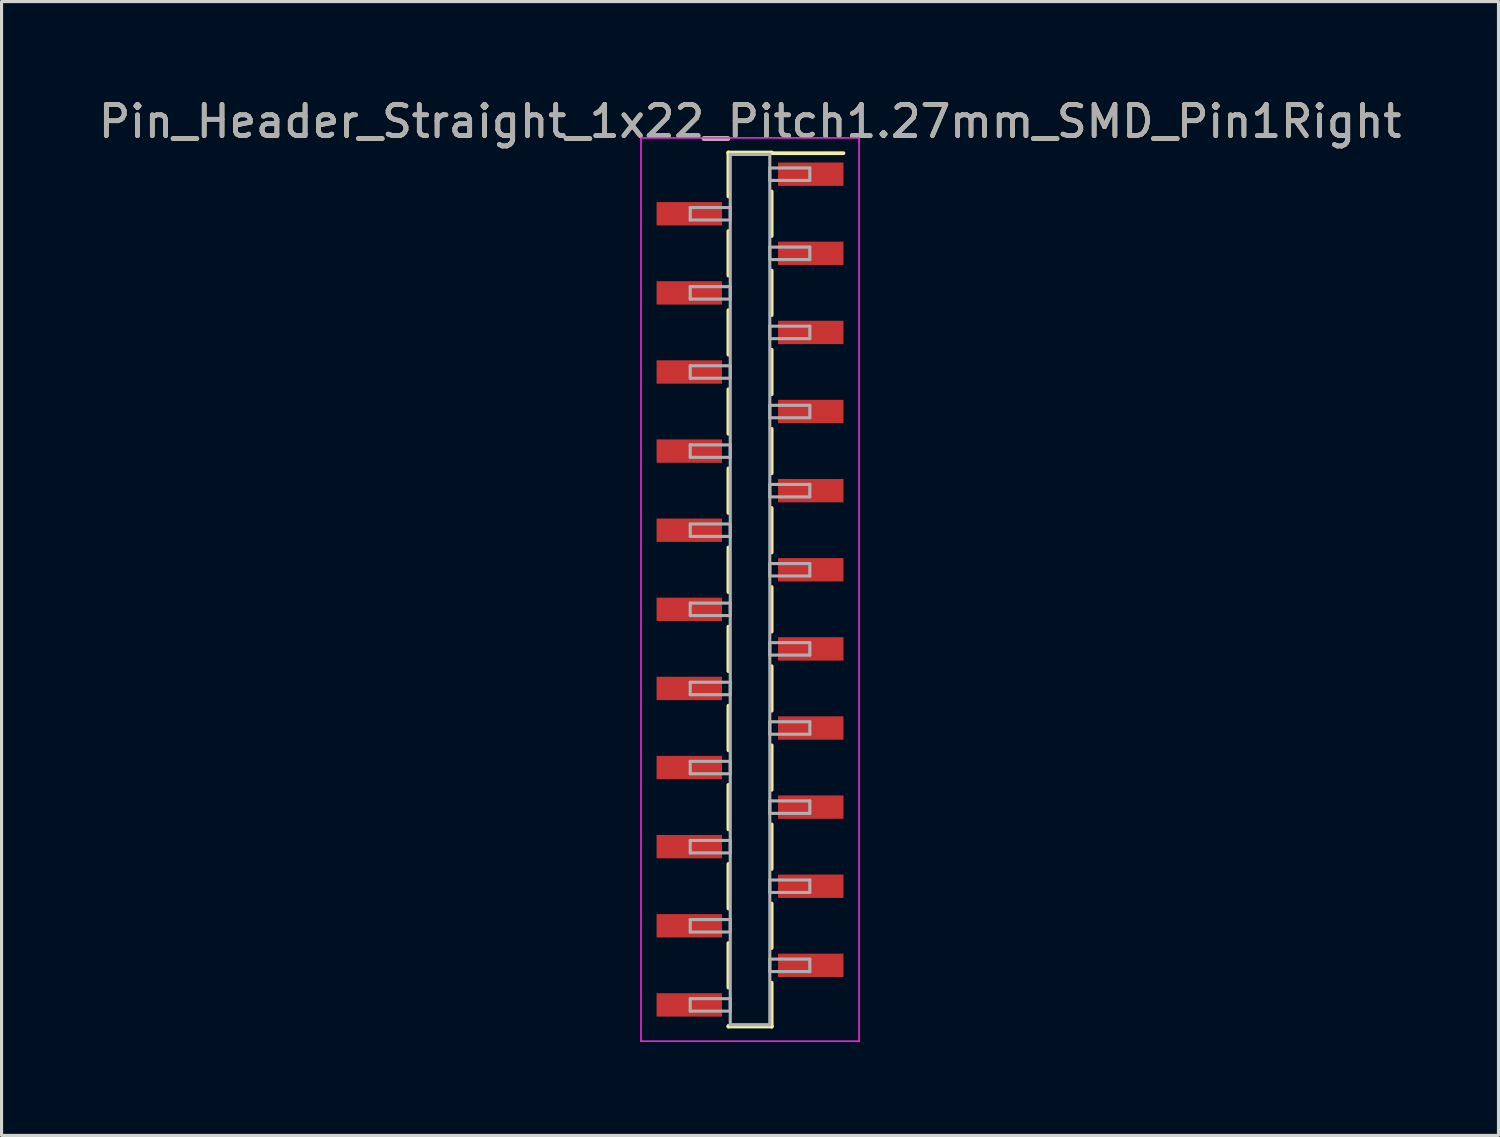
<source format=kicad_pcb>
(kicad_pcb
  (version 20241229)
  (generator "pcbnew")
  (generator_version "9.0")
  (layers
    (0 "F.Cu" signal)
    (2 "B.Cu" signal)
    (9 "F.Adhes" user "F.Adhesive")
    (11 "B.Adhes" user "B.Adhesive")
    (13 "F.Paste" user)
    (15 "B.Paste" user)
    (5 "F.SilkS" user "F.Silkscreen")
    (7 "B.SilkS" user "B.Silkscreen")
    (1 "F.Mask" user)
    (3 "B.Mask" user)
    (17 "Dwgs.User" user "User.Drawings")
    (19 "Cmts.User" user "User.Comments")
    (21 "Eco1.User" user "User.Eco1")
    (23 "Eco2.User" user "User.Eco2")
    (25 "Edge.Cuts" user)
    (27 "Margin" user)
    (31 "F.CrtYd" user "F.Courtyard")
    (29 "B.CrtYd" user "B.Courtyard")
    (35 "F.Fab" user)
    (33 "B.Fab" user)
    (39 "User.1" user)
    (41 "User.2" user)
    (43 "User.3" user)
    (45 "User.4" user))
  (footprint "Pin_Header_Straight_1x22_Pitch1.27mm_SMD_Pin1Right"
    (layer "F.Cu")
    (at 21.03 15.878)
    (property "Reference" "Pin_Header_Straight_1x22_Pitch1.27mm_SMD_Pin1Right" (at 0 -15.03 0) (layer "F.SilkS") (effects (font (size 1 1) (thickness 0.15))))
    (attr smd)
    (fp_line (start -0.695 -14.03) (end -0.695 -12.62) (stroke (width 0.12) (type solid)) (layer "F.SilkS"))
    (fp_line (start -0.695 -14.03) (end 0.695 -14.03) (stroke (width 0.12) (type solid)) (layer "F.SilkS"))
    (fp_line (start -0.695 -14.01) (end -0.695 -14.03) (stroke (width 0.12) (type solid)) (layer "F.SilkS"))
    (fp_line (start -0.695 -11.51) (end -0.695 -10.08) (stroke (width 0.12) (type solid)) (layer "F.SilkS"))
    (fp_line (start -0.695 -8.97) (end -0.695 -7.54) (stroke (width 0.12) (type solid)) (layer "F.SilkS"))
    (fp_line (start -0.695 -6.43) (end -0.695 -5) (stroke (width 0.12) (type solid)) (layer "F.SilkS"))
    (fp_line (start -0.695 -3.89) (end -0.695 -2.46) (stroke (width 0.12) (type solid)) (layer "F.SilkS"))
    (fp_line (start -0.695 -1.35) (end -0.695 0.08) (stroke (width 0.12) (type solid)) (layer "F.SilkS"))
    (fp_line (start -0.695 1.19) (end -0.695 2.62) (stroke (width 0.12) (type solid)) (layer "F.SilkS"))
    (fp_line (start -0.695 3.73) (end -0.695 5.16) (stroke (width 0.12) (type solid)) (layer "F.SilkS"))
    (fp_line (start -0.695 6.27) (end -0.695 7.7) (stroke (width 0.12) (type solid)) (layer "F.SilkS"))
    (fp_line (start -0.695 8.81) (end -0.695 10.24) (stroke (width 0.12) (type solid)) (layer "F.SilkS"))
    (fp_line (start -0.695 11.35) (end -0.695 12.78) (stroke (width 0.12) (type solid)) (layer "F.SilkS"))
    (fp_line (start -0.695 14.01) (end -0.695 14.03) (stroke (width 0.12) (type solid)) (layer "F.SilkS"))
    (fp_line (start -0.695 14.03) (end 0.695 14.03) (stroke (width 0.12) (type solid)) (layer "F.SilkS"))
    (fp_line (start 0.695 -14.03) (end 0.695 -14.01) (stroke (width 0.12) (type solid)) (layer "F.SilkS"))
    (fp_line (start 0.695 -14.01) (end 3 -14.01) (stroke (width 0.12) (type solid)) (layer "F.SilkS"))
    (fp_line (start 0.695 -12.78) (end 0.695 -11.35) (stroke (width 0.12) (type solid)) (layer "F.SilkS"))
    (fp_line (start 0.695 -10.24) (end 0.695 -8.81) (stroke (width 0.12) (type solid)) (layer "F.SilkS"))
    (fp_line (start 0.695 -7.7) (end 0.695 -6.27) (stroke (width 0.12) (type solid)) (layer "F.SilkS"))
    (fp_line (start 0.695 -5.16) (end 0.695 -3.73) (stroke (width 0.12) (type solid)) (layer "F.SilkS"))
    (fp_line (start 0.695 -2.62) (end 0.695 -1.19) (stroke (width 0.12) (type solid)) (layer "F.SilkS"))
    (fp_line (start 0.695 -0.08) (end 0.695 1.35) (stroke (width 0.12) (type solid)) (layer "F.SilkS"))
    (fp_line (start 0.695 2.46) (end 0.695 3.89) (stroke (width 0.12) (type solid)) (layer "F.SilkS"))
    (fp_line (start 0.695 5) (end 0.695 6.43) (stroke (width 0.12) (type solid)) (layer "F.SilkS"))
    (fp_line (start 0.695 7.54) (end 0.695 8.97) (stroke (width 0.12) (type solid)) (layer "F.SilkS"))
    (fp_line (start 0.695 10.08) (end 0.695 11.51) (stroke (width 0.12) (type solid)) (layer "F.SilkS"))
    (fp_line (start 0.695 12.62) (end 0.695 14.03) (stroke (width 0.12) (type solid)) (layer "F.SilkS"))
    (fp_line (start 0.695 14.03) (end 0.695 14.01) (stroke (width 0.12) (type solid)) (layer "F.SilkS"))
    (fp_line (start -3.5 -14.5) (end -3.5 14.5) (stroke (width 0.05) (type solid)) (layer "F.CrtYd"))
    (fp_line (start -3.5 14.5) (end 3.5 14.5) (stroke (width 0.05) (type solid)) (layer "F.CrtYd"))
    (fp_line (start 3.5 -14.5) (end -3.5 -14.5) (stroke (width 0.05) (type solid)) (layer "F.CrtYd"))
    (fp_line (start 3.5 14.5) (end 3.5 -14.5) (stroke (width 0.05) (type solid)) (layer "F.CrtYd"))
    (fp_line (start -1.92 -12.265) (end -0.635 -12.265) (stroke (width 0.1) (type solid)) (layer "F.Fab"))
    (fp_line (start -1.92 -11.865) (end -1.92 -12.265) (stroke (width 0.1) (type solid)) (layer "F.Fab"))
    (fp_line (start -1.92 -9.725) (end -0.635 -9.725) (stroke (width 0.1) (type solid)) (layer "F.Fab"))
    (fp_line (start -1.92 -9.325) (end -1.92 -9.725) (stroke (width 0.1) (type solid)) (layer "F.Fab"))
    (fp_line (start -1.92 -7.185) (end -0.635 -7.185) (stroke (width 0.1) (type solid)) (layer "F.Fab"))
    (fp_line (start -1.92 -6.785) (end -1.92 -7.185) (stroke (width 0.1) (type solid)) (layer "F.Fab"))
    (fp_line (start -1.92 -4.645) (end -0.635 -4.645) (stroke (width 0.1) (type solid)) (layer "F.Fab"))
    (fp_line (start -1.92 -4.245) (end -1.92 -4.645) (stroke (width 0.1) (type solid)) (layer "F.Fab"))
    (fp_line (start -1.92 -2.105) (end -0.635 -2.105) (stroke (width 0.1) (type solid)) (layer "F.Fab"))
    (fp_line (start -1.92 -1.705) (end -1.92 -2.105) (stroke (width 0.1) (type solid)) (layer "F.Fab"))
    (fp_line (start -1.92 0.435) (end -0.635 0.435) (stroke (width 0.1) (type solid)) (layer "F.Fab"))
    (fp_line (start -1.92 0.835) (end -1.92 0.435) (stroke (width 0.1) (type solid)) (layer "F.Fab"))
    (fp_line (start -1.92 2.975) (end -0.635 2.975) (stroke (width 0.1) (type solid)) (layer "F.Fab"))
    (fp_line (start -1.92 3.375) (end -1.92 2.975) (stroke (width 0.1) (type solid)) (layer "F.Fab"))
    (fp_line (start -1.92 5.515) (end -0.635 5.515) (stroke (width 0.1) (type solid)) (layer "F.Fab"))
    (fp_line (start -1.92 5.915) (end -1.92 5.515) (stroke (width 0.1) (type solid)) (layer "F.Fab"))
    (fp_line (start -1.92 8.055) (end -0.635 8.055) (stroke (width 0.1) (type solid)) (layer "F.Fab"))
    (fp_line (start -1.92 8.455) (end -1.92 8.055) (stroke (width 0.1) (type solid)) (layer "F.Fab"))
    (fp_line (start -1.92 10.595) (end -0.635 10.595) (stroke (width 0.1) (type solid)) (layer "F.Fab"))
    (fp_line (start -1.92 10.995) (end -1.92 10.595) (stroke (width 0.1) (type solid)) (layer "F.Fab"))
    (fp_line (start -1.92 13.135) (end -0.635 13.135) (stroke (width 0.1) (type solid)) (layer "F.Fab"))
    (fp_line (start -1.92 13.535) (end -1.92 13.135) (stroke (width 0.1) (type solid)) (layer "F.Fab"))
    (fp_line (start -0.635 -13.97) (end -0.635 13.97) (stroke (width 0.1) (type solid)) (layer "F.Fab"))
    (fp_line (start -0.635 -12.265) (end -0.635 -11.865) (stroke (width 0.1) (type solid)) (layer "F.Fab"))
    (fp_line (start -0.635 -11.865) (end -1.92 -11.865) (stroke (width 0.1) (type solid)) (layer "F.Fab"))
    (fp_line (start -0.635 -9.725) (end -0.635 -9.325) (stroke (width 0.1) (type solid)) (layer "F.Fab"))
    (fp_line (start -0.635 -9.325) (end -1.92 -9.325) (stroke (width 0.1) (type solid)) (layer "F.Fab"))
    (fp_line (start -0.635 -7.185) (end -0.635 -6.785) (stroke (width 0.1) (type solid)) (layer "F.Fab"))
    (fp_line (start -0.635 -6.785) (end -1.92 -6.785) (stroke (width 0.1) (type solid)) (layer "F.Fab"))
    (fp_line (start -0.635 -4.645) (end -0.635 -4.245) (stroke (width 0.1) (type solid)) (layer "F.Fab"))
    (fp_line (start -0.635 -4.245) (end -1.92 -4.245) (stroke (width 0.1) (type solid)) (layer "F.Fab"))
    (fp_line (start -0.635 -2.105) (end -0.635 -1.705) (stroke (width 0.1) (type solid)) (layer "F.Fab"))
    (fp_line (start -0.635 -1.705) (end -1.92 -1.705) (stroke (width 0.1) (type solid)) (layer "F.Fab"))
    (fp_line (start -0.635 0.435) (end -0.635 0.835) (stroke (width 0.1) (type solid)) (layer "F.Fab"))
    (fp_line (start -0.635 0.835) (end -1.92 0.835) (stroke (width 0.1) (type solid)) (layer "F.Fab"))
    (fp_line (start -0.635 2.975) (end -0.635 3.375) (stroke (width 0.1) (type solid)) (layer "F.Fab"))
    (fp_line (start -0.635 3.375) (end -1.92 3.375) (stroke (width 0.1) (type solid)) (layer "F.Fab"))
    (fp_line (start -0.635 5.515) (end -0.635 5.915) (stroke (width 0.1) (type solid)) (layer "F.Fab"))
    (fp_line (start -0.635 5.915) (end -1.92 5.915) (stroke (width 0.1) (type solid)) (layer "F.Fab"))
    (fp_line (start -0.635 8.055) (end -0.635 8.455) (stroke (width 0.1) (type solid)) (layer "F.Fab"))
    (fp_line (start -0.635 8.455) (end -1.92 8.455) (stroke (width 0.1) (type solid)) (layer "F.Fab"))
    (fp_line (start -0.635 10.595) (end -0.635 10.995) (stroke (width 0.1) (type solid)) (layer "F.Fab"))
    (fp_line (start -0.635 10.995) (end -1.92 10.995) (stroke (width 0.1) (type solid)) (layer "F.Fab"))
    (fp_line (start -0.635 13.135) (end -0.635 13.535) (stroke (width 0.1) (type solid)) (layer "F.Fab"))
    (fp_line (start -0.635 13.535) (end -1.92 13.535) (stroke (width 0.1) (type solid)) (layer "F.Fab"))
    (fp_line (start -0.635 13.97) (end 0.635 13.97) (stroke (width 0.1) (type solid)) (layer "F.Fab"))
    (fp_line (start 0.635 -13.97) (end -0.635 -13.97) (stroke (width 0.1) (type solid)) (layer "F.Fab"))
    (fp_line (start 0.635 -13.535) (end 0.635 -13.135) (stroke (width 0.1) (type solid)) (layer "F.Fab"))
    (fp_line (start 0.635 -13.135) (end 1.92 -13.135) (stroke (width 0.1) (type solid)) (layer "F.Fab"))
    (fp_line (start 0.635 -10.995) (end 0.635 -10.595) (stroke (width 0.1) (type solid)) (layer "F.Fab"))
    (fp_line (start 0.635 -10.595) (end 1.92 -10.595) (stroke (width 0.1) (type solid)) (layer "F.Fab"))
    (fp_line (start 0.635 -8.455) (end 0.635 -8.055) (stroke (width 0.1) (type solid)) (layer "F.Fab"))
    (fp_line (start 0.635 -8.055) (end 1.92 -8.055) (stroke (width 0.1) (type solid)) (layer "F.Fab"))
    (fp_line (start 0.635 -5.915) (end 0.635 -5.515) (stroke (width 0.1) (type solid)) (layer "F.Fab"))
    (fp_line (start 0.635 -5.515) (end 1.92 -5.515) (stroke (width 0.1) (type solid)) (layer "F.Fab"))
    (fp_line (start 0.635 -3.375) (end 0.635 -2.975) (stroke (width 0.1) (type solid)) (layer "F.Fab"))
    (fp_line (start 0.635 -2.975) (end 1.92 -2.975) (stroke (width 0.1) (type solid)) (layer "F.Fab"))
    (fp_line (start 0.635 -0.835) (end 0.635 -0.435) (stroke (width 0.1) (type solid)) (layer "F.Fab"))
    (fp_line (start 0.635 -0.435) (end 1.92 -0.435) (stroke (width 0.1) (type solid)) (layer "F.Fab"))
    (fp_line (start 0.635 1.705) (end 0.635 2.105) (stroke (width 0.1) (type solid)) (layer "F.Fab"))
    (fp_line (start 0.635 2.105) (end 1.92 2.105) (stroke (width 0.1) (type solid)) (layer "F.Fab"))
    (fp_line (start 0.635 4.245) (end 0.635 4.645) (stroke (width 0.1) (type solid)) (layer "F.Fab"))
    (fp_line (start 0.635 4.645) (end 1.92 4.645) (stroke (width 0.1) (type solid)) (layer "F.Fab"))
    (fp_line (start 0.635 6.785) (end 0.635 7.185) (stroke (width 0.1) (type solid)) (layer "F.Fab"))
    (fp_line (start 0.635 7.185) (end 1.92 7.185) (stroke (width 0.1) (type solid)) (layer "F.Fab"))
    (fp_line (start 0.635 9.325) (end 0.635 9.725) (stroke (width 0.1) (type solid)) (layer "F.Fab"))
    (fp_line (start 0.635 9.725) (end 1.92 9.725) (stroke (width 0.1) (type solid)) (layer "F.Fab"))
    (fp_line (start 0.635 11.865) (end 0.635 12.265) (stroke (width 0.1) (type solid)) (layer "F.Fab"))
    (fp_line (start 0.635 12.265) (end 1.92 12.265) (stroke (width 0.1) (type solid)) (layer "F.Fab"))
    (fp_line (start 0.635 13.97) (end 0.635 -13.97) (stroke (width 0.1) (type solid)) (layer "F.Fab"))
    (fp_line (start 1.92 -13.535) (end 0.635 -13.535) (stroke (width 0.1) (type solid)) (layer "F.Fab"))
    (fp_line (start 1.92 -13.135) (end 1.92 -13.535) (stroke (width 0.1) (type solid)) (layer "F.Fab"))
    (fp_line (start 1.92 -10.995) (end 0.635 -10.995) (stroke (width 0.1) (type solid)) (layer "F.Fab"))
    (fp_line (start 1.92 -10.595) (end 1.92 -10.995) (stroke (width 0.1) (type solid)) (layer "F.Fab"))
    (fp_line (start 1.92 -8.455) (end 0.635 -8.455) (stroke (width 0.1) (type solid)) (layer "F.Fab"))
    (fp_line (start 1.92 -8.055) (end 1.92 -8.455) (stroke (width 0.1) (type solid)) (layer "F.Fab"))
    (fp_line (start 1.92 -5.915) (end 0.635 -5.915) (stroke (width 0.1) (type solid)) (layer "F.Fab"))
    (fp_line (start 1.92 -5.515) (end 1.92 -5.915) (stroke (width 0.1) (type solid)) (layer "F.Fab"))
    (fp_line (start 1.92 -3.375) (end 0.635 -3.375) (stroke (width 0.1) (type solid)) (layer "F.Fab"))
    (fp_line (start 1.92 -2.975) (end 1.92 -3.375) (stroke (width 0.1) (type solid)) (layer "F.Fab"))
    (fp_line (start 1.92 -0.835) (end 0.635 -0.835) (stroke (width 0.1) (type solid)) (layer "F.Fab"))
    (fp_line (start 1.92 -0.435) (end 1.92 -0.835) (stroke (width 0.1) (type solid)) (layer "F.Fab"))
    (fp_line (start 1.92 1.705) (end 0.635 1.705) (stroke (width 0.1) (type solid)) (layer "F.Fab"))
    (fp_line (start 1.92 2.105) (end 1.92 1.705) (stroke (width 0.1) (type solid)) (layer "F.Fab"))
    (fp_line (start 1.92 4.245) (end 0.635 4.245) (stroke (width 0.1) (type solid)) (layer "F.Fab"))
    (fp_line (start 1.92 4.645) (end 1.92 4.245) (stroke (width 0.1) (type solid)) (layer "F.Fab"))
    (fp_line (start 1.92 6.785) (end 0.635 6.785) (stroke (width 0.1) (type solid)) (layer "F.Fab"))
    (fp_line (start 1.92 7.185) (end 1.92 6.785) (stroke (width 0.1) (type solid)) (layer "F.Fab"))
    (fp_line (start 1.92 9.325) (end 0.635 9.325) (stroke (width 0.1) (type solid)) (layer "F.Fab"))
    (fp_line (start 1.92 9.725) (end 1.92 9.325) (stroke (width 0.1) (type solid)) (layer "F.Fab"))
    (fp_line (start 1.92 11.865) (end 0.635 11.865) (stroke (width 0.1) (type solid)) (layer "F.Fab"))
    (fp_line (start 1.92 12.265) (end 1.92 11.865) (stroke (width 0.1) (type solid)) (layer "F.Fab"))
    (fp_text user "${REFERENCE}" (at 0 -15.03 0) (layer "F.Fab") (effects (font (size 1 1) (thickness 0.15))))
    (pad "1" smd rect (at 1.95 -13.335) (size 2.1 0.75) (layers "F.Cu" "F.Mask" "F.Paste"))
    (pad "2" smd rect (at -1.95 -12.065) (size 2.1 0.75) (layers "F.Cu" "F.Mask" "F.Paste"))
    (pad "3" smd rect (at 1.95 -10.795) (size 2.1 0.75) (layers "F.Cu" "F.Mask" "F.Paste"))
    (pad "4" smd rect (at -1.95 -9.525) (size 2.1 0.75) (layers "F.Cu" "F.Mask" "F.Paste"))
    (pad "5" smd rect (at 1.95 -8.255) (size 2.1 0.75) (layers "F.Cu" "F.Mask" "F.Paste"))
    (pad "6" smd rect (at -1.95 -6.985) (size 2.1 0.75) (layers "F.Cu" "F.Mask" "F.Paste"))
    (pad "7" smd rect (at 1.95 -5.715) (size 2.1 0.75) (layers "F.Cu" "F.Mask" "F.Paste"))
    (pad "8" smd rect (at -1.95 -4.445) (size 2.1 0.75) (layers "F.Cu" "F.Mask" "F.Paste"))
    (pad "9" smd rect (at 1.95 -3.175) (size 2.1 0.75) (layers "F.Cu" "F.Mask" "F.Paste"))
    (pad "10" smd rect (at -1.95 -1.905) (size 2.1 0.75) (layers "F.Cu" "F.Mask" "F.Paste"))
    (pad "11" smd rect (at 1.95 -0.635) (size 2.1 0.75) (layers "F.Cu" "F.Mask" "F.Paste"))
    (pad "12" smd rect (at -1.95 0.635) (size 2.1 0.75) (layers "F.Cu" "F.Mask" "F.Paste"))
    (pad "13" smd rect (at 1.95 1.905) (size 2.1 0.75) (layers "F.Cu" "F.Mask" "F.Paste"))
    (pad "14" smd rect (at -1.95 3.175) (size 2.1 0.75) (layers "F.Cu" "F.Mask" "F.Paste"))
    (pad "15" smd rect (at 1.95 4.445) (size 2.1 0.75) (layers "F.Cu" "F.Mask" "F.Paste"))
    (pad "16" smd rect (at -1.95 5.715) (size 2.1 0.75) (layers "F.Cu" "F.Mask" "F.Paste"))
    (pad "17" smd rect (at 1.95 6.985) (size 2.1 0.75) (layers "F.Cu" "F.Mask" "F.Paste"))
    (pad "18" smd rect (at -1.95 8.255) (size 2.1 0.75) (layers "F.Cu" "F.Mask" "F.Paste"))
    (pad "19" smd rect (at 1.95 9.525) (size 2.1 0.75) (layers "F.Cu" "F.Mask" "F.Paste"))
    (pad "20" smd rect (at -1.95 10.795) (size 2.1 0.75) (layers "F.Cu" "F.Mask" "F.Paste"))
    (pad "21" smd rect (at 1.95 12.065) (size 2.1 0.75) (layers "F.Cu" "F.Mask" "F.Paste"))
    (pad "22" smd rect (at -1.95 13.335) (size 2.1 0.75) (layers "F.Cu" "F.Mask" "F.Paste")))
  (gr_rect
    (start -3 -3)
    (end 45.06 33.403)
    (stroke (width 0.1) (type default))
    (fill no)
    (layer "Edge.Cuts")))
</source>
